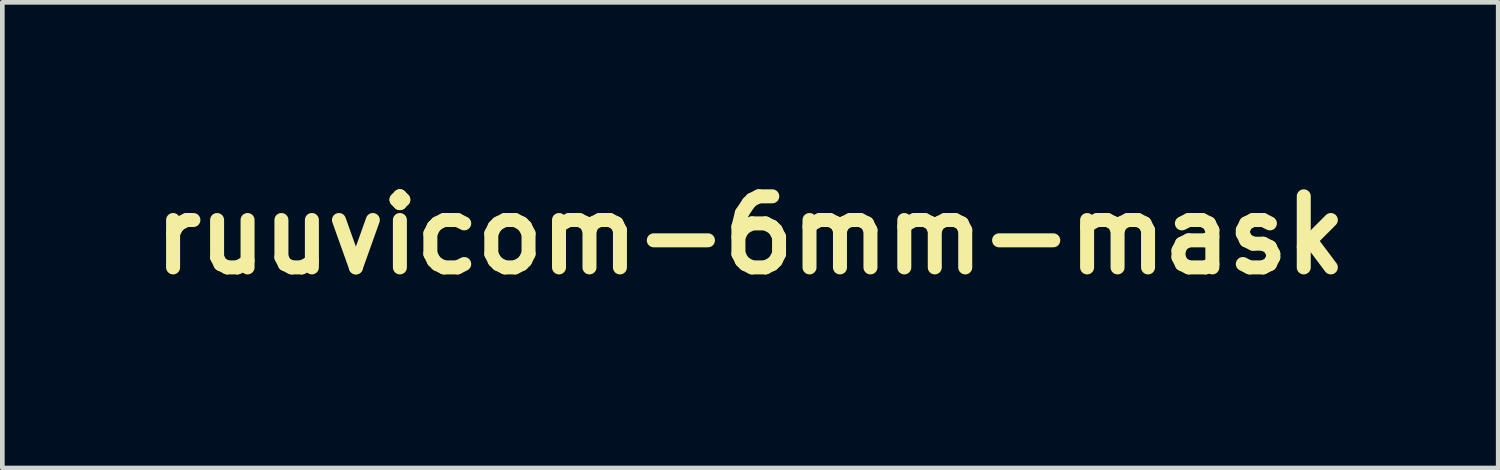
<source format=kicad_pcb>
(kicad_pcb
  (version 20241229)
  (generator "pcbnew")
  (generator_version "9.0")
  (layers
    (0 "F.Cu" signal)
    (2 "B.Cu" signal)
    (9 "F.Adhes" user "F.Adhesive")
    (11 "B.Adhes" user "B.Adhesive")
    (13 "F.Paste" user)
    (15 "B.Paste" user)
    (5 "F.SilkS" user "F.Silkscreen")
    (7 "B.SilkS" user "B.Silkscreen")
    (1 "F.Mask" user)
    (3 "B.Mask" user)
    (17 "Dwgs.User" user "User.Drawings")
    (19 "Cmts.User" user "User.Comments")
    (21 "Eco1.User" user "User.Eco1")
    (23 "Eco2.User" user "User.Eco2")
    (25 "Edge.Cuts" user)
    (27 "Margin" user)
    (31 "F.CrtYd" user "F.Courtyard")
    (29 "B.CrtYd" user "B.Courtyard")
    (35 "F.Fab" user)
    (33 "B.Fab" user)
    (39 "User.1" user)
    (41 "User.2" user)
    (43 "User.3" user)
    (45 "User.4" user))
  (footprint "ruuvicom-6mm-mask"
    (layer "F.Cu")
    (at 13.034 1.993)
    (property "Reference" "ruuvicom-6mm-mask" (at 0 0 0) (layer "F.SilkS") (effects (font (size 1.524 1.524) (thickness 0.3))))
    (attr through_hole)
    (fp_poly (pts (xy 3.169 -0.083) (xy 2.718 -0.083) (xy 2.718 -1.34) (xy 3.169 -1.34) (xy 3.169 -0.083)) (stroke (width 0.01) (type solid)) (fill yes) (layer "F.Mask"))
    (fp_poly (pts (xy -2.643 1.506) (xy -2.41 1.508) (xy -2.408 1.738) (xy -2.406 1.968) (xy -2.877 1.968) (xy -2.877 1.505) (xy -2.643 1.506)) (stroke (width 0.01) (type solid)) (fill yes) (layer "F.Mask"))
    (fp_poly (pts (xy 3.175 -1.581) (xy 2.944 -1.581) (xy 2.891 -1.581) (xy 2.842 -1.582) (xy 2.799 -1.582) (xy 2.763 -1.583) (xy 2.735 -1.584) (xy 2.716 -1.584) (xy 2.709 -1.585) (xy 2.708 -1.593) (xy 2.707 -1.611) (xy 2.707 -1.639) (xy 2.706 -1.675) (xy 2.705 -1.717) (xy 2.705 -1.764) (xy 2.705 -1.789) (xy 2.705 -1.988) (xy 3.175 -1.988) (xy 3.175 -1.581)) (stroke (width 0.01) (type solid)) (fill yes) (layer "F.Mask"))
    (fp_poly (pts (xy -1.497 -0.935) (xy -1.495 -0.53) (xy -1.481 -0.498) (xy -1.459 -0.461) (xy -1.431 -0.435) (xy -1.397 -0.419) (xy -1.354 -0.412) (xy -1.34 -0.411) (xy -1.288 -0.417) (xy -1.242 -0.433) (xy -1.202 -0.46) (xy -1.17 -0.498) (xy -1.151 -0.532) (xy -1.133 -0.568) (xy -1.132 -0.954) (xy -1.13 -1.34) (xy -0.673 -1.34) (xy -0.673 -0.083) (xy -1.111 -0.083) (xy -1.111 -0.249) (xy -1.136 -0.218) (xy -1.184 -0.166) (xy -1.24 -0.125) (xy -1.303 -0.094) (xy -1.372 -0.074) (xy -1.448 -0.065) (xy -1.482 -0.064) (xy -1.515 -0.065) (xy -1.55 -0.068) (xy -1.581 -0.072) (xy -1.585 -0.073) (xy -1.652 -0.089) (xy -1.71 -0.111) (xy -1.762 -0.141) (xy -1.809 -0.178) (xy -1.849 -0.222) (xy -1.881 -0.275) (xy -1.906 -0.336) (xy -1.925 -0.406) (xy -1.938 -0.487) (xy -1.943 -0.545) (xy -1.944 -0.571) (xy -1.945 -0.608) (xy -1.946 -0.654) (xy -1.947 -0.708) (xy -1.948 -0.768) (xy -1.949 -0.833) (xy -1.949 -0.901) (xy -1.949 -0.97) (xy -1.949 -0.992) (xy -1.949 -1.34) (xy -1.499 -1.34) (xy -1.497 -0.935)) (stroke (width 0.01) (type solid)) (fill yes) (layer "F.Mask"))
    (fp_poly (pts (xy 1.654 -0.981) (xy 1.685 -0.902) (xy 1.713 -0.833) (xy 1.736 -0.773) (xy 1.757 -0.723) (xy 1.773 -0.683) (xy 1.786 -0.654) (xy 1.794 -0.636) (xy 1.799 -0.63) (xy 1.799 -0.63) (xy 1.802 -0.637) (xy 1.81 -0.655) (xy 1.821 -0.683) (xy 1.836 -0.719) (xy 1.854 -0.763) (xy 1.875 -0.813) (xy 1.897 -0.869) (xy 1.922 -0.929) (xy 1.945 -0.987) (xy 2.086 -1.337) (xy 2.307 -1.338) (xy 2.358 -1.339) (xy 2.405 -1.339) (xy 2.447 -1.338) (xy 2.481 -1.338) (xy 2.507 -1.337) (xy 2.523 -1.336) (xy 2.527 -1.335) (xy 2.524 -1.329) (xy 2.517 -1.312) (xy 2.505 -1.284) (xy 2.489 -1.248) (xy 2.469 -1.203) (xy 2.445 -1.15) (xy 2.419 -1.09) (xy 2.389 -1.023) (xy 2.357 -0.952) (xy 2.323 -0.875) (xy 2.287 -0.794) (xy 2.25 -0.71) (xy 2.249 -0.708) (xy 1.971 -0.086) (xy 1.786 -0.084) (xy 1.6 -0.082) (xy 1.592 -0.103) (xy 1.588 -0.112) (xy 1.579 -0.131) (xy 1.566 -0.161) (xy 1.549 -0.199) (xy 1.529 -0.246) (xy 1.505 -0.3) (xy 1.478 -0.361) (xy 1.449 -0.428) (xy 1.417 -0.5) (xy 1.384 -0.576) (xy 1.349 -0.655) (xy 1.337 -0.683) (xy 1.301 -0.763) (xy 1.267 -0.842) (xy 1.234 -0.917) (xy 1.203 -0.987) (xy 1.174 -1.053) (xy 1.148 -1.112) (xy 1.125 -1.165) (xy 1.105 -1.21) (xy 1.089 -1.246) (xy 1.078 -1.272) (xy 1.071 -1.288) (xy 1.069 -1.291) (xy 1.048 -1.34) (xy 1.515 -1.34) (xy 1.654 -0.981)) (stroke (width 0.01) (type solid)) (fill yes) (layer "F.Mask"))
    (fp_poly (pts (xy -2.326 -1.37) (xy -2.293 -1.366) (xy -2.263 -1.36) (xy -2.239 -1.353) (xy -2.224 -1.345) (xy -2.222 -1.341) (xy -2.22 -1.33) (xy -2.219 -1.313) (xy -2.218 -1.289) (xy -2.217 -1.255) (xy -2.216 -1.211) (xy -2.216 -1.156) (xy -2.216 -1.139) (xy -2.216 -1.083) (xy -2.217 -1.035) (xy -2.218 -0.996) (xy -2.219 -0.966) (xy -2.22 -0.947) (xy -2.222 -0.94) (xy -2.222 -0.94) (xy -2.23 -0.942) (xy -2.248 -0.947) (xy -2.271 -0.954) (xy -2.286 -0.959) (xy -2.347 -0.975) (xy -2.409 -0.983) (xy -2.468 -0.982) (xy -2.524 -0.973) (xy -2.574 -0.956) (xy -2.617 -0.932) (xy -2.647 -0.904) (xy -2.665 -0.881) (xy -2.681 -0.853) (xy -2.687 -0.839) (xy -2.691 -0.831) (xy -2.693 -0.824) (xy -2.695 -0.815) (xy -2.697 -0.804) (xy -2.699 -0.791) (xy -2.7 -0.773) (xy -2.701 -0.75) (xy -2.702 -0.72) (xy -2.702 -0.683) (xy -2.703 -0.638) (xy -2.703 -0.583) (xy -2.703 -0.518) (xy -2.704 -0.443) (xy -2.706 -0.083) (xy -3.156 -0.083) (xy -3.156 -0.583) (xy -3.156 -0.694) (xy -3.157 -0.794) (xy -3.157 -0.883) (xy -3.158 -0.961) (xy -3.159 -1.031) (xy -3.16 -1.091) (xy -3.162 -1.144) (xy -3.163 -1.19) (xy -3.166 -1.23) (xy -3.168 -1.264) (xy -3.171 -1.294) (xy -3.172 -1.307) (xy -3.176 -1.34) (xy -2.965 -1.338) (xy -2.753 -1.337) (xy -2.727 -1.135) (xy -2.712 -1.166) (xy -2.679 -1.221) (xy -2.636 -1.269) (xy -2.585 -1.308) (xy -2.526 -1.339) (xy -2.462 -1.36) (xy -2.392 -1.37) (xy -2.359 -1.371) (xy -2.326 -1.37)) (stroke (width 0.01) (type solid)) (fill yes) (layer "F.Mask"))
    (fp_poly (pts (xy 0.045 -0.967) (xy 0.045 -0.895) (xy 0.045 -0.827) (xy 0.046 -0.763) (xy 0.046 -0.706) (xy 0.047 -0.655) (xy 0.048 -0.613) (xy 0.049 -0.58) (xy 0.05 -0.558) (xy 0.051 -0.551) (xy 0.062 -0.503) (xy 0.08 -0.466) (xy 0.106 -0.438) (xy 0.14 -0.421) (xy 0.183 -0.412) (xy 0.203 -0.411) (xy 0.255 -0.417) (xy 0.301 -0.433) (xy 0.34 -0.459) (xy 0.372 -0.495) (xy 0.395 -0.54) (xy 0.41 -0.593) (xy 0.413 -0.61) (xy 0.414 -0.625) (xy 0.415 -0.652) (xy 0.416 -0.689) (xy 0.417 -0.734) (xy 0.418 -0.786) (xy 0.418 -0.845) (xy 0.419 -0.907) (xy 0.419 -0.973) (xy 0.419 -0.999) (xy 0.419 -1.34) (xy 0.87 -1.34) (xy 0.87 -0.083) (xy 0.432 -0.083) (xy 0.432 -0.249) (xy 0.407 -0.218) (xy 0.358 -0.165) (xy 0.302 -0.123) (xy 0.239 -0.092) (xy 0.2 -0.079) (xy 0.169 -0.073) (xy 0.13 -0.069) (xy 0.086 -0.066) (xy 0.041 -0.066) (xy -0.001 -0.068) (xy -0.037 -0.072) (xy -0.042 -0.073) (xy -0.117 -0.092) (xy -0.183 -0.119) (xy -0.239 -0.155) (xy -0.286 -0.199) (xy -0.325 -0.253) (xy -0.355 -0.316) (xy -0.36 -0.328) (xy -0.367 -0.347) (xy -0.372 -0.364) (xy -0.377 -0.379) (xy -0.382 -0.396) (xy -0.385 -0.413) (xy -0.388 -0.432) (xy -0.391 -0.455) (xy -0.392 -0.482) (xy -0.394 -0.515) (xy -0.395 -0.554) (xy -0.396 -0.6) (xy -0.397 -0.654) (xy -0.397 -0.719) (xy -0.398 -0.793) (xy -0.398 -0.879) (xy -0.398 -0.897) (xy -0.401 -1.34) (xy 0.044 -1.34) (xy 0.045 -0.967)) (stroke (width 0.01) (type solid)) (fill yes) (layer "F.Mask"))
    (fp_poly (pts (xy -1.418 0.682) (xy -1.365 0.69) (xy -1.298 0.704) (xy -1.232 0.724) (xy -1.17 0.747) (xy -1.115 0.773) (xy -1.069 0.801) (xy -1.066 0.803) (xy -1.036 0.825) (xy -1.047 0.859) (xy -1.053 0.875) (xy -1.063 0.901) (xy -1.075 0.934) (xy -1.088 0.971) (xy -1.101 1.006) (xy -1.114 1.043) (xy -1.126 1.075) (xy -1.136 1.101) (xy -1.143 1.12) (xy -1.146 1.129) (xy -1.146 1.129) (xy -1.152 1.131) (xy -1.167 1.124) (xy -1.186 1.111) (xy -1.246 1.077) (xy -1.311 1.049) (xy -1.379 1.031) (xy -1.447 1.021) (xy -1.511 1.021) (xy -1.527 1.023) (xy -1.587 1.036) (xy -1.637 1.058) (xy -1.679 1.089) (xy -1.712 1.129) (xy -1.737 1.179) (xy -1.753 1.237) (xy -1.76 1.305) (xy -1.761 1.333) (xy -1.758 1.392) (xy -1.751 1.441) (xy -1.738 1.485) (xy -1.719 1.526) (xy -1.69 1.567) (xy -1.653 1.601) (xy -1.608 1.625) (xy -1.556 1.641) (xy -1.499 1.649) (xy -1.437 1.647) (xy -1.373 1.636) (xy -1.306 1.616) (xy -1.259 1.597) (xy -1.231 1.583) (xy -1.204 1.568) (xy -1.182 1.554) (xy -1.181 1.553) (xy -1.15 1.531) (xy -1.138 1.564) (xy -1.132 1.58) (xy -1.122 1.606) (xy -1.11 1.639) (xy -1.096 1.676) (xy -1.081 1.715) (xy -1.08 1.717) (xy -1.035 1.836) (xy -1.049 1.849) (xy -1.092 1.879) (xy -1.144 1.907) (xy -1.206 1.932) (xy -1.275 1.954) (xy -1.35 1.971) (xy -1.353 1.972) (xy -1.383 1.976) (xy -1.423 1.98) (xy -1.469 1.983) (xy -1.519 1.985) (xy -1.567 1.985) (xy -1.613 1.985) (xy -1.651 1.983) (xy -1.673 1.981) (xy -1.767 1.962) (xy -1.853 1.934) (xy -1.931 1.896) (xy -2 1.849) (xy -2.061 1.794) (xy -2.112 1.73) (xy -2.155 1.658) (xy -2.187 1.578) (xy -2.209 1.492) (xy -2.221 1.398) (xy -2.222 1.34) (xy -2.22 1.287) (xy -2.213 1.229) (xy -2.203 1.172) (xy -2.191 1.122) (xy -2.19 1.121) (xy -2.16 1.041) (xy -2.118 0.967) (xy -2.068 0.901) (xy -2.009 0.843) (xy -1.942 0.793) (xy -1.867 0.751) (xy -1.787 0.718) (xy -1.701 0.694) (xy -1.611 0.68) (xy -1.516 0.675) (xy -1.418 0.682)) (stroke (width 0.01) (type solid)) (fill yes) (layer "F.Mask"))
    (fp_poly (pts (xy -0.131 0.678) (xy -0.077 0.681) (xy -0.032 0.687) (xy -0.028 0.688) (xy 0.054 0.708) (xy 0.133 0.737) (xy 0.207 0.774) (xy 0.273 0.818) (xy 0.33 0.868) (xy 0.358 0.899) (xy 0.407 0.968) (xy 0.446 1.042) (xy 0.474 1.122) (xy 0.492 1.208) (xy 0.5 1.301) (xy 0.499 1.365) (xy 0.492 1.457) (xy 0.475 1.54) (xy 0.45 1.615) (xy 0.415 1.685) (xy 0.371 1.748) (xy 0.337 1.786) (xy 0.278 1.841) (xy 0.216 1.887) (xy 0.147 1.923) (xy 0.071 1.952) (xy -0.006 1.972) (xy -0.033 1.976) (xy -0.07 1.98) (xy -0.113 1.983) (xy -0.159 1.984) (xy -0.205 1.985) (xy -0.248 1.985) (xy -0.285 1.984) (xy -0.31 1.981) (xy -0.402 1.963) (xy -0.488 1.935) (xy -0.568 1.898) (xy -0.595 1.882) (xy -0.632 1.857) (xy -0.671 1.824) (xy -0.709 1.786) (xy -0.744 1.748) (xy -0.77 1.713) (xy -0.772 1.711) (xy -0.811 1.641) (xy -0.84 1.563) (xy -0.861 1.48) (xy -0.872 1.394) (xy -0.874 1.306) (xy -0.874 1.305) (xy -0.43 1.305) (xy -0.429 1.357) (xy -0.424 1.41) (xy -0.416 1.46) (xy -0.406 1.505) (xy -0.392 1.54) (xy -0.391 1.543) (xy -0.363 1.583) (xy -0.328 1.614) (xy -0.284 1.635) (xy -0.232 1.647) (xy -0.175 1.649) (xy -0.143 1.648) (xy -0.12 1.645) (xy -0.101 1.641) (xy -0.083 1.634) (xy -0.075 1.63) (xy -0.034 1.603) (xy -0.000049 1.567) (xy 0.026 1.521) (xy 0.043 1.466) (xy 0.054 1.401) (xy 0.056 1.325) (xy 0.055 1.305) (xy 0.049 1.235) (xy 0.036 1.175) (xy 0.016 1.125) (xy -0.01 1.085) (xy -0.045 1.054) (xy -0.087 1.031) (xy -0.093 1.029) (xy -0.112 1.022) (xy -0.131 1.018) (xy -0.153 1.017) (xy -0.181 1.017) (xy -0.197 1.017) (xy -0.228 1.018) (xy -0.25 1.021) (xy -0.267 1.024) (xy -0.283 1.031) (xy -0.302 1.041) (xy -0.305 1.042) (xy -0.343 1.068) (xy -0.373 1.1) (xy -0.396 1.14) (xy -0.413 1.19) (xy -0.425 1.25) (xy -0.426 1.257) (xy -0.43 1.305) (xy -0.874 1.305) (xy -0.867 1.219) (xy -0.85 1.134) (xy -0.823 1.054) (xy -0.804 1.011) (xy -0.761 0.938) (xy -0.709 0.874) (xy -0.647 0.818) (xy -0.577 0.771) (xy -0.498 0.732) (xy -0.411 0.703) (xy -0.343 0.688) (xy -0.298 0.682) (xy -0.245 0.679) (xy -0.188 0.677) (xy -0.131 0.678)) (stroke (width 0.01) (type solid)) (fill yes) (layer "F.Mask"))
    (fp_poly (pts (xy 2.425 0.676) (xy 2.499 0.687) (xy 2.565 0.707) (xy 2.623 0.737) (xy 2.673 0.776) (xy 2.715 0.824) (xy 2.749 0.883) (xy 2.776 0.951) (xy 2.795 1.03) (xy 2.806 1.114) (xy 2.808 1.134) (xy 2.809 1.165) (xy 2.81 1.206) (xy 2.811 1.256) (xy 2.812 1.313) (xy 2.812 1.377) (xy 2.813 1.446) (xy 2.813 1.518) (xy 2.813 1.576) (xy 2.813 1.968) (xy 2.363 1.968) (xy 2.361 1.554) (xy 2.359 1.14) (xy 2.344 1.104) (xy 2.326 1.069) (xy 2.302 1.045) (xy 2.271 1.03) (xy 2.233 1.023) (xy 2.2 1.024) (xy 2.153 1.032) (xy 2.112 1.052) (xy 2.079 1.082) (xy 2.052 1.121) (xy 2.034 1.171) (xy 2.026 1.206) (xy 2.025 1.222) (xy 2.023 1.25) (xy 2.022 1.289) (xy 2.021 1.337) (xy 2.02 1.396) (xy 2.02 1.462) (xy 2.019 1.537) (xy 2.019 1.608) (xy 2.019 1.968) (xy 1.568 1.968) (xy 1.568 1.567) (xy 1.568 1.483) (xy 1.568 1.411) (xy 1.568 1.35) (xy 1.568 1.299) (xy 1.567 1.256) (xy 1.566 1.221) (xy 1.566 1.193) (xy 1.564 1.171) (xy 1.563 1.154) (xy 1.561 1.141) (xy 1.56 1.131) (xy 1.559 1.127) (xy 1.543 1.086) (xy 1.521 1.055) (xy 1.49 1.035) (xy 1.452 1.024) (xy 1.425 1.022) (xy 1.376 1.027) (xy 1.334 1.043) (xy 1.299 1.069) (xy 1.271 1.105) (xy 1.27 1.107) (xy 1.262 1.12) (xy 1.256 1.134) (xy 1.25 1.147) (xy 1.246 1.162) (xy 1.242 1.18) (xy 1.239 1.202) (xy 1.237 1.228) (xy 1.235 1.26) (xy 1.234 1.299) (xy 1.233 1.346) (xy 1.232 1.401) (xy 1.232 1.467) (xy 1.232 1.544) (xy 1.232 1.597) (xy 1.232 1.968) (xy 0.781 1.968) (xy 0.781 1.465) (xy 0.781 1.355) (xy 0.781 1.257) (xy 0.78 1.169) (xy 0.779 1.092) (xy 0.778 1.024) (xy 0.777 0.965) (xy 0.776 0.913) (xy 0.774 0.867) (xy 0.772 0.828) (xy 0.769 0.793) (xy 0.767 0.762) (xy 0.765 0.744) (xy 0.761 0.711) (xy 0.972 0.713) (xy 1.184 0.714) (xy 1.192 0.781) (xy 1.197 0.819) (xy 1.2 0.845) (xy 1.204 0.861) (xy 1.208 0.868) (xy 1.214 0.866) (xy 1.222 0.857) (xy 1.234 0.842) (xy 1.236 0.838) (xy 1.282 0.788) (xy 1.337 0.746) (xy 1.4 0.713) (xy 1.465 0.691) (xy 1.504 0.684) (xy 1.551 0.679) (xy 1.6 0.677) (xy 1.649 0.678) (xy 1.693 0.683) (xy 1.721 0.688) (xy 1.786 0.712) (xy 1.843 0.745) (xy 1.892 0.787) (xy 1.933 0.838) (xy 1.943 0.856) (xy 1.954 0.875) (xy 1.963 0.889) (xy 1.968 0.895) (xy 1.968 0.895) (xy 1.974 0.89) (xy 1.983 0.879) (xy 1.987 0.873) (xy 2.006 0.85) (xy 2.032 0.822) (xy 2.063 0.794) (xy 2.096 0.768) (xy 2.126 0.747) (xy 2.132 0.744) (xy 2.198 0.712) (xy 2.27 0.689) (xy 2.344 0.677) (xy 2.417 0.676) (xy 2.425 0.676)) (stroke (width 0.01) (type solid)) (fill yes) (layer "F.Mask")))
  (gr_rect
    (start -3 -3)
    (end 29.068 6.983)
    (stroke (width 0.1) (type default))
    (fill no)
    (layer "Edge.Cuts")))
</source>
